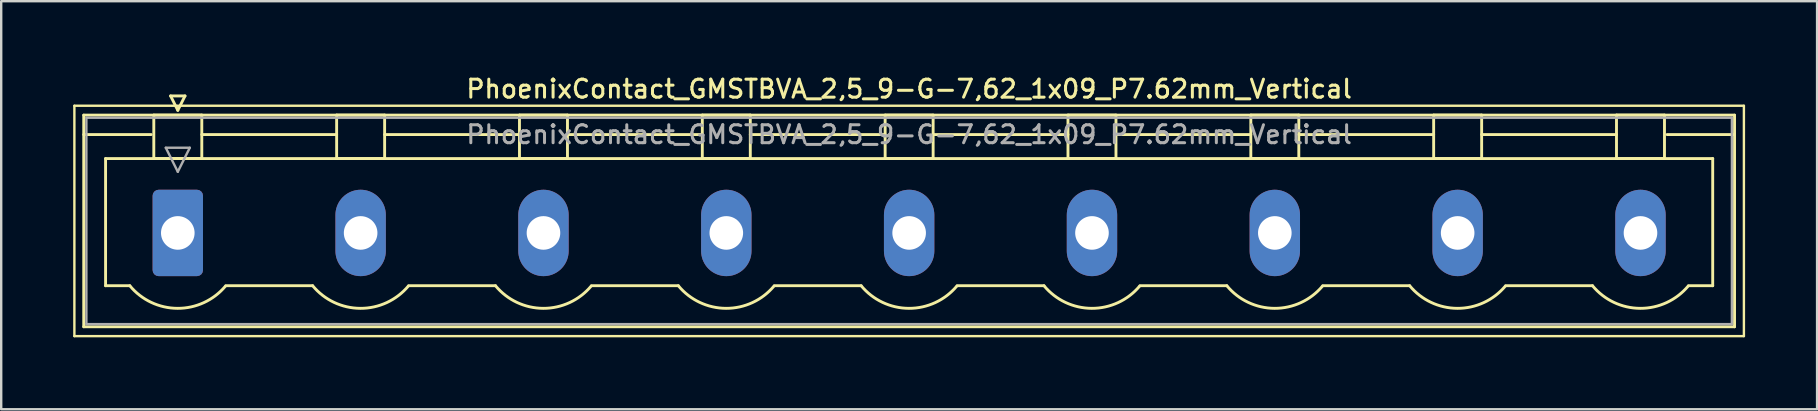
<source format=kicad_pcb>
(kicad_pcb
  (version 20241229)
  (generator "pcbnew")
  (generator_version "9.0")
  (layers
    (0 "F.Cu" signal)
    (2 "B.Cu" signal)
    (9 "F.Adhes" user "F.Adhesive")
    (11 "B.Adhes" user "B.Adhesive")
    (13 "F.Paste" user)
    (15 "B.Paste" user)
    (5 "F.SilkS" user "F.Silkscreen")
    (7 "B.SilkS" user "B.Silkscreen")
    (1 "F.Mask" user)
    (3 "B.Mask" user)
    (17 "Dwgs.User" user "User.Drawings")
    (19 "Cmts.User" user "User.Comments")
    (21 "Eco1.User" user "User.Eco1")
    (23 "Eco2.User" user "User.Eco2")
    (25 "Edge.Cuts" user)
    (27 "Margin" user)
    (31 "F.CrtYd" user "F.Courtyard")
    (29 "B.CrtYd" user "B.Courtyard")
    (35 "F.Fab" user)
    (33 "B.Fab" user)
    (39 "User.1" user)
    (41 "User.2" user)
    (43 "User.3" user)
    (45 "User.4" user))
  (footprint "PhoenixContact_GMSTBVA_2,5_9-G-7,62_1x09_P7.62mm_Vertical"
    (layer "F.Cu")
    (at 4.36 6.658)
    (property "Reference" "PhoenixContact_GMSTBVA_2,5_9-G-7,62_1x09_P7.62mm_Vertical" (at 30.48 -6 0) (layer "F.SilkS") (effects (font (size 0.75 0.75) (thickness 0.125))))
    (attr through_hole)
    (fp_line (start -4.31 -5.3) (end -4.31 4.3) (stroke (width 0.1) (type solid)) (layer "F.SilkS"))
    (fp_line (start -4.31 4.3) (end 65.27 4.3) (stroke (width 0.1) (type solid)) (layer "F.SilkS"))
    (fp_line (start -3.92 -4.91) (end -3.92 3.91) (stroke (width 0.12) (type solid)) (layer "F.SilkS"))
    (fp_line (start -3.92 -4.1) (end -1.11 -4.1) (stroke (width 0.12) (type solid)) (layer "F.SilkS"))
    (fp_line (start -3.92 3.91) (end 64.88 3.91) (stroke (width 0.12) (type solid)) (layer "F.SilkS"))
    (fp_line (start -3.01 -3.1) (end 63.97 -3.1) (stroke (width 0.12) (type solid)) (layer "F.SilkS"))
    (fp_line (start -3.01 2.2) (end -3.01 -3.1) (stroke (width 0.12) (type solid)) (layer "F.SilkS"))
    (fp_line (start -2 2.2) (end -3.01 2.2) (stroke (width 0.12) (type solid)) (layer "F.SilkS"))
    (fp_line (start -1 -4.91) (end 1 -4.91) (stroke (width 0.12) (type solid)) (layer "F.SilkS"))
    (fp_line (start -1 -3.1) (end -1 -4.91) (stroke (width 0.12) (type solid)) (layer "F.SilkS"))
    (fp_line (start -0.3 -5.71) (end 0.3 -5.71) (stroke (width 0.12) (type solid)) (layer "F.SilkS"))
    (fp_line (start 0 -5.11) (end -0.3 -5.71) (stroke (width 0.12) (type solid)) (layer "F.SilkS"))
    (fp_line (start 0.3 -5.71) (end 0 -5.11) (stroke (width 0.12) (type solid)) (layer "F.SilkS"))
    (fp_line (start 1 -4.91) (end 1 -3.1) (stroke (width 0.12) (type solid)) (layer "F.SilkS"))
    (fp_line (start 1 -4.1) (end 6.62 -4.1) (stroke (width 0.12) (type solid)) (layer "F.SilkS"))
    (fp_line (start 1 -3.1) (end -1 -3.1) (stroke (width 0.12) (type solid)) (layer "F.SilkS"))
    (fp_line (start 2 2.2) (end 5.62 2.2) (stroke (width 0.12) (type solid)) (layer "F.SilkS"))
    (fp_line (start 6.62 -4.91) (end 8.62 -4.91) (stroke (width 0.12) (type solid)) (layer "F.SilkS"))
    (fp_line (start 6.62 -3.1) (end 6.62 -4.91) (stroke (width 0.12) (type solid)) (layer "F.SilkS"))
    (fp_line (start 8.62 -4.91) (end 8.62 -3.1) (stroke (width 0.12) (type solid)) (layer "F.SilkS"))
    (fp_line (start 8.62 -4.1) (end 14.24 -4.1) (stroke (width 0.12) (type solid)) (layer "F.SilkS"))
    (fp_line (start 8.62 -3.1) (end 6.62 -3.1) (stroke (width 0.12) (type solid)) (layer "F.SilkS"))
    (fp_line (start 9.62 2.2) (end 13.24 2.2) (stroke (width 0.12) (type solid)) (layer "F.SilkS"))
    (fp_line (start 14.24 -4.91) (end 16.24 -4.91) (stroke (width 0.12) (type solid)) (layer "F.SilkS"))
    (fp_line (start 14.24 -3.1) (end 14.24 -4.91) (stroke (width 0.12) (type solid)) (layer "F.SilkS"))
    (fp_line (start 16.24 -4.91) (end 16.24 -3.1) (stroke (width 0.12) (type solid)) (layer "F.SilkS"))
    (fp_line (start 16.24 -4.1) (end 21.86 -4.1) (stroke (width 0.12) (type solid)) (layer "F.SilkS"))
    (fp_line (start 16.24 -3.1) (end 14.24 -3.1) (stroke (width 0.12) (type solid)) (layer "F.SilkS"))
    (fp_line (start 17.24 2.2) (end 20.86 2.2) (stroke (width 0.12) (type solid)) (layer "F.SilkS"))
    (fp_line (start 21.86 -4.91) (end 23.86 -4.91) (stroke (width 0.12) (type solid)) (layer "F.SilkS"))
    (fp_line (start 21.86 -3.1) (end 21.86 -4.91) (stroke (width 0.12) (type solid)) (layer "F.SilkS"))
    (fp_line (start 23.86 -4.91) (end 23.86 -3.1) (stroke (width 0.12) (type solid)) (layer "F.SilkS"))
    (fp_line (start 23.86 -4.1) (end 29.48 -4.1) (stroke (width 0.12) (type solid)) (layer "F.SilkS"))
    (fp_line (start 23.86 -3.1) (end 21.86 -3.1) (stroke (width 0.12) (type solid)) (layer "F.SilkS"))
    (fp_line (start 24.86 2.2) (end 28.48 2.2) (stroke (width 0.12) (type solid)) (layer "F.SilkS"))
    (fp_line (start 29.48 -4.91) (end 31.48 -4.91) (stroke (width 0.12) (type solid)) (layer "F.SilkS"))
    (fp_line (start 29.48 -3.1) (end 29.48 -4.91) (stroke (width 0.12) (type solid)) (layer "F.SilkS"))
    (fp_line (start 31.48 -4.91) (end 31.48 -3.1) (stroke (width 0.12) (type solid)) (layer "F.SilkS"))
    (fp_line (start 31.48 -4.1) (end 37.1 -4.1) (stroke (width 0.12) (type solid)) (layer "F.SilkS"))
    (fp_line (start 31.48 -3.1) (end 29.48 -3.1) (stroke (width 0.12) (type solid)) (layer "F.SilkS"))
    (fp_line (start 32.48 2.2) (end 36.1 2.2) (stroke (width 0.12) (type solid)) (layer "F.SilkS"))
    (fp_line (start 37.1 -4.91) (end 39.1 -4.91) (stroke (width 0.12) (type solid)) (layer "F.SilkS"))
    (fp_line (start 37.1 -3.1) (end 37.1 -4.91) (stroke (width 0.12) (type solid)) (layer "F.SilkS"))
    (fp_line (start 39.1 -4.91) (end 39.1 -3.1) (stroke (width 0.12) (type solid)) (layer "F.SilkS"))
    (fp_line (start 39.1 -4.1) (end 44.72 -4.1) (stroke (width 0.12) (type solid)) (layer "F.SilkS"))
    (fp_line (start 39.1 -3.1) (end 37.1 -3.1) (stroke (width 0.12) (type solid)) (layer "F.SilkS"))
    (fp_line (start 40.1 2.2) (end 43.72 2.2) (stroke (width 0.12) (type solid)) (layer "F.SilkS"))
    (fp_line (start 44.72 -4.91) (end 46.72 -4.91) (stroke (width 0.12) (type solid)) (layer "F.SilkS"))
    (fp_line (start 44.72 -3.1) (end 44.72 -4.91) (stroke (width 0.12) (type solid)) (layer "F.SilkS"))
    (fp_line (start 46.72 -4.91) (end 46.72 -3.1) (stroke (width 0.12) (type solid)) (layer "F.SilkS"))
    (fp_line (start 46.72 -4.1) (end 52.34 -4.1) (stroke (width 0.12) (type solid)) (layer "F.SilkS"))
    (fp_line (start 46.72 -3.1) (end 44.72 -3.1) (stroke (width 0.12) (type solid)) (layer "F.SilkS"))
    (fp_line (start 47.72 2.2) (end 51.34 2.2) (stroke (width 0.12) (type solid)) (layer "F.SilkS"))
    (fp_line (start 52.34 -4.91) (end 54.34 -4.91) (stroke (width 0.12) (type solid)) (layer "F.SilkS"))
    (fp_line (start 52.34 -3.1) (end 52.34 -4.91) (stroke (width 0.12) (type solid)) (layer "F.SilkS"))
    (fp_line (start 54.34 -4.91) (end 54.34 -3.1) (stroke (width 0.12) (type solid)) (layer "F.SilkS"))
    (fp_line (start 54.34 -4.1) (end 59.96 -4.1) (stroke (width 0.12) (type solid)) (layer "F.SilkS"))
    (fp_line (start 54.34 -3.1) (end 52.34 -3.1) (stroke (width 0.12) (type solid)) (layer "F.SilkS"))
    (fp_line (start 55.34 2.2) (end 58.96 2.2) (stroke (width 0.12) (type solid)) (layer "F.SilkS"))
    (fp_line (start 59.96 -4.91) (end 61.96 -4.91) (stroke (width 0.12) (type solid)) (layer "F.SilkS"))
    (fp_line (start 59.96 -3.1) (end 59.96 -4.91) (stroke (width 0.12) (type solid)) (layer "F.SilkS"))
    (fp_line (start 61.96 -4.91) (end 61.96 -3.1) (stroke (width 0.12) (type solid)) (layer "F.SilkS"))
    (fp_line (start 61.96 -3.1) (end 59.96 -3.1) (stroke (width 0.12) (type solid)) (layer "F.SilkS"))
    (fp_line (start 63.97 -3.1) (end 63.97 2.2) (stroke (width 0.12) (type solid)) (layer "F.SilkS"))
    (fp_line (start 63.97 2.2) (end 62.96 2.2) (stroke (width 0.12) (type solid)) (layer "F.SilkS"))
    (fp_line (start 64.88 -4.91) (end -3.92 -4.91) (stroke (width 0.12) (type solid)) (layer "F.SilkS"))
    (fp_line (start 64.88 -4.1) (end 62.07 -4.1) (stroke (width 0.12) (type solid)) (layer "F.SilkS"))
    (fp_line (start 64.88 3.91) (end 64.88 -4.91) (stroke (width 0.12) (type solid)) (layer "F.SilkS"))
    (fp_line (start 65.27 -5.3) (end -4.31 -5.3) (stroke (width 0.1) (type solid)) (layer "F.SilkS"))
    (fp_line (start 65.27 4.3) (end 65.27 -5.3) (stroke (width 0.1) (type solid)) (layer "F.SilkS"))
    (fp_arc (start 1.986842 2.215821) (mid -0.010289 3.142758) (end -2 2.2) (stroke (width 0.12) (type solid)) (layer "F.SilkS"))
    (fp_arc (start 9.606842 2.215821) (mid 7.609711 3.142758) (end 5.62 2.2) (stroke (width 0.12) (type solid)) (layer "F.SilkS"))
    (fp_arc (start 17.226842 2.215821) (mid 15.229711 3.142758) (end 13.24 2.2) (stroke (width 0.12) (type solid)) (layer "F.SilkS"))
    (fp_arc (start 24.846842 2.215821) (mid 22.849711 3.142758) (end 20.86 2.2) (stroke (width 0.12) (type solid)) (layer "F.SilkS"))
    (fp_arc (start 32.466842 2.215821) (mid 30.469711 3.142758) (end 28.48 2.2) (stroke (width 0.12) (type solid)) (layer "F.SilkS"))
    (fp_arc (start 40.086842 2.215821) (mid 38.089711 3.142758) (end 36.1 2.2) (stroke (width 0.12) (type solid)) (layer "F.SilkS"))
    (fp_arc (start 47.706842 2.215821) (mid 45.709711 3.142758) (end 43.72 2.2) (stroke (width 0.12) (type solid)) (layer "F.SilkS"))
    (fp_arc (start 55.326842 2.215821) (mid 53.329711 3.142758) (end 51.34 2.2) (stroke (width 0.12) (type solid)) (layer "F.SilkS"))
    (fp_arc (start 62.946842 2.215821) (mid 60.949711 3.142758) (end 58.96 2.2) (stroke (width 0.12) (type solid)) (layer "F.SilkS"))
    (fp_line (start -3.81 -4.8) (end -3.81 3.8) (stroke (width 0.1) (type solid)) (layer "F.Fab"))
    (fp_line (start -3.81 3.8) (end 64.77 3.8) (stroke (width 0.1) (type solid)) (layer "F.Fab"))
    (fp_line (start -0.5 -3.55) (end 0.5 -3.55) (stroke (width 0.1) (type solid)) (layer "F.Fab"))
    (fp_line (start 0 -2.55) (end -0.5 -3.55) (stroke (width 0.1) (type solid)) (layer "F.Fab"))
    (fp_line (start 0.5 -3.55) (end 0 -2.55) (stroke (width 0.1) (type solid)) (layer "F.Fab"))
    (fp_line (start 64.77 -4.8) (end -3.81 -4.8) (stroke (width 0.1) (type solid)) (layer "F.Fab"))
    (fp_line (start 64.77 3.8) (end 64.77 -4.8) (stroke (width 0.1) (type solid)) (layer "F.Fab"))
    (fp_text user "${REFERENCE}" (at 30.48 -4.1 0) (layer "F.Fab") (effects (font (size 0.75 0.75) (thickness 0.125))))
    (pad "1" thru_hole roundrect (at 0 0) (size 2.1 3.6) (drill 1.4) (layers "*.Cu" "*.Mask") (roundrect_rratio 0.119))
    (pad "2" thru_hole oval (at 7.62 0) (size 2.1 3.6) (drill 1.4) (layers "*.Cu" "*.Mask"))
    (pad "3" thru_hole oval (at 15.24 0) (size 2.1 3.6) (drill 1.4) (layers "*.Cu" "*.Mask"))
    (pad "4" thru_hole oval (at 22.86 0) (size 2.1 3.6) (drill 1.4) (layers "*.Cu" "*.Mask"))
    (pad "5" thru_hole oval (at 30.48 0) (size 2.1 3.6) (drill 1.4) (layers "*.Cu" "*.Mask"))
    (pad "6" thru_hole oval (at 38.1 0) (size 2.1 3.6) (drill 1.4) (layers "*.Cu" "*.Mask"))
    (pad "7" thru_hole oval (at 45.72 0) (size 2.1 3.6) (drill 1.4) (layers "*.Cu" "*.Mask"))
    (pad "8" thru_hole oval (at 53.34 0) (size 2.1 3.6) (drill 1.4) (layers "*.Cu" "*.Mask"))
    (pad "9" thru_hole oval (at 60.96 0) (size 2.1 3.6) (drill 1.4) (layers "*.Cu" "*.Mask")))
  (gr_rect
    (start -3 -3)
    (end 72.68 14.008)
    (stroke (width 0.1) (type default))
    (fill no)
    (layer "Edge.Cuts")))
</source>
